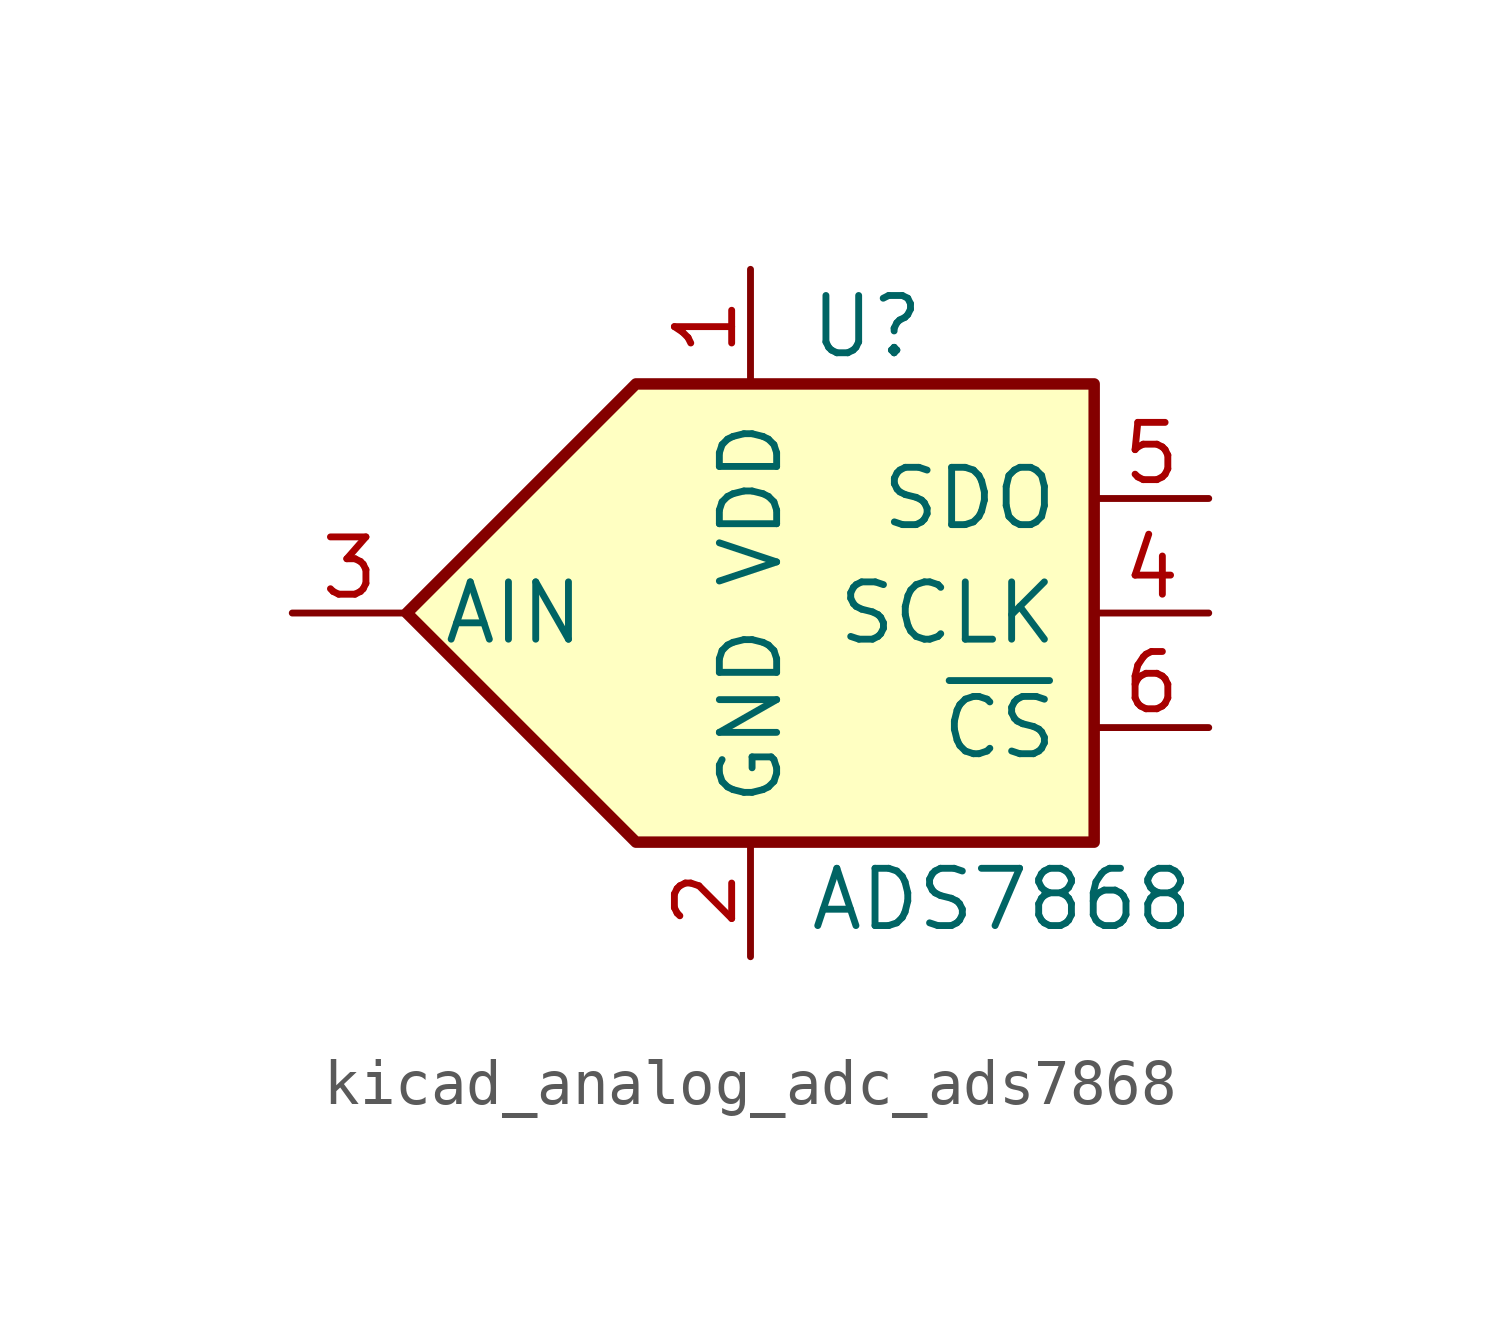
<source format=kicad_sym>
(kicad_symbol_lib
  (version 20220914)
  (generator kicad_symbol_editor)
  (symbol "kicad_analog_adc_ads7868"
    (pin_names
      (offset 0.762))
    (property "Reference" "U"
      (at 1.27 6.35 0)
      (effects (font (size 1.27 1.27)) (justify left)))
    (property "Value" "ADS7868"
      (at 1.27 -6.35 0)
      (effects (font (size 1.27 1.27)) (justify left)))
    (symbol "kicad_analog_adc_ads7868_0_1"
      (polyline (pts (xy -2.54 5.08) (xy 7.62 5.08) (xy 7.62 -5.08) (xy -2.54 -5.08) (xy -7.62 0) (xy -2.54 5.08)) (stroke (width 0.254) (type default)) (fill (type background))))
    (symbol "kicad_analog_adc_ads7868_1_1"
      (pin power_in line (at 0 7.62 270) (length 2.54) (name "VDD" (effects (font (size 1.27 1.27)))) (number "1" (effects (font (size 1.27 1.27)))))
      (pin power_in line (at 0 -7.62 90) (length 2.54) (name "GND" (effects (font (size 1.27 1.27)))) (number "2" (effects (font (size 1.27 1.27)))))
      (pin input line (at -10.16 0 0) (length 2.54) (name "AIN" (effects (font (size 1.27 1.27)))) (number "3" (effects (font (size 1.27 1.27)))))
      (pin input line (at 10.16 0 180) (length 2.54) (name "SCLK" (effects (font (size 1.27 1.27)))) (number "4" (effects (font (size 1.27 1.27)))))
      (pin tri_state line (at 10.16 2.54 180) (length 2.54) (name "SDO" (effects (font (size 1.27 1.27)))) (number "5" (effects (font (size 1.27 1.27)))))
      (pin input line (at 10.16 -2.54 180) (length 2.54) (name "~{CS}" (effects (font (size 1.27 1.27)))) (number "6" (effects (font (size 1.27 1.27))))))))
</source>
